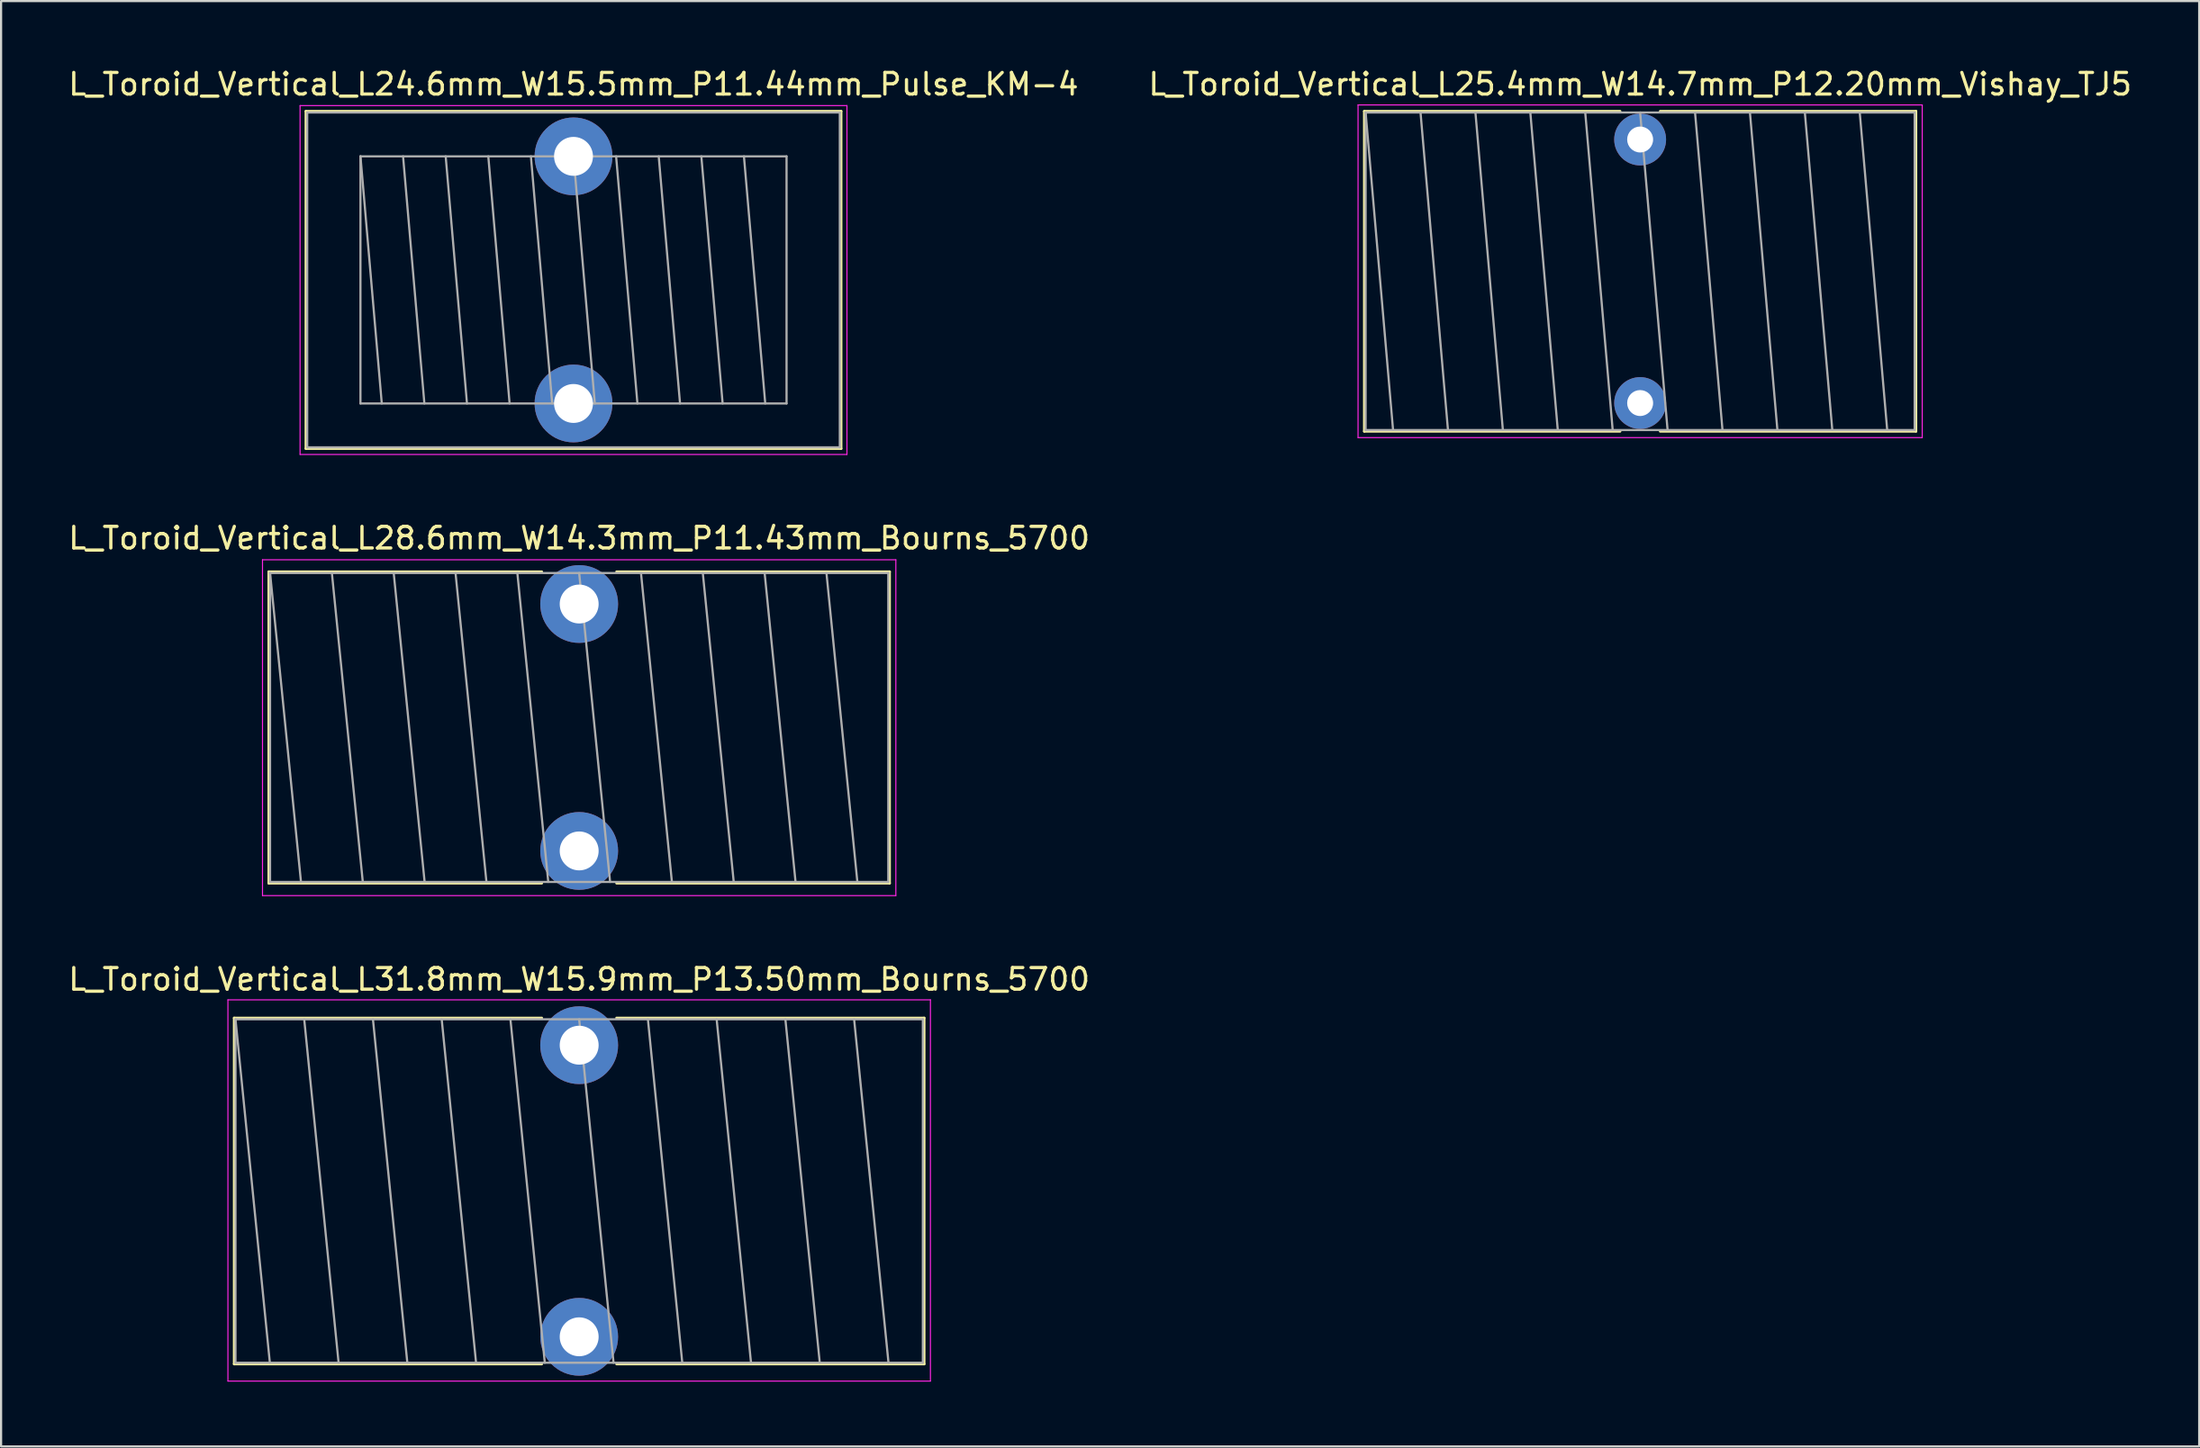
<source format=kicad_pcb>
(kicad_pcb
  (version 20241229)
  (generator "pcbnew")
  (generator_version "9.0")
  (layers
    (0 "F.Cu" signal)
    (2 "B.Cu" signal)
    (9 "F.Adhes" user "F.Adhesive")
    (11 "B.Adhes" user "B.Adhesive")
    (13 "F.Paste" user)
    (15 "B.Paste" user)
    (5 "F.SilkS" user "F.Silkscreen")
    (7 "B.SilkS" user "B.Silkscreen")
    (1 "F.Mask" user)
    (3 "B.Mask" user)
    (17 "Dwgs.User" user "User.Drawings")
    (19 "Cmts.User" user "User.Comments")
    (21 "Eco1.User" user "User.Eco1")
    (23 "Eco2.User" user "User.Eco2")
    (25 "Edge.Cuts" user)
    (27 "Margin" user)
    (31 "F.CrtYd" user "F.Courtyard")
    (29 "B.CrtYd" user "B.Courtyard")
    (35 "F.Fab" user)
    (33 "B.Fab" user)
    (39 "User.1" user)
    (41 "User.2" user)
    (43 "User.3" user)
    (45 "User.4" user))
  (footprint "L_Toroid_Vertical_L24.6mm_W15.5mm_P11.44mm_Pulse_KM-4"
    (layer "F.Cu")
    (at 23.482 4.188)
    (property "Reference" "L_Toroid_Vertical_L24.6mm_W15.5mm_P11.44mm_Pulse_KM-4" (at 0 -3.34 0) (layer "F.SilkS") (effects (font (size 1 1) (thickness 0.15))))
    (attr through_hole)
    (fp_line (start -12.38 -2.09) (end -12.38 13.53) (stroke (width 0.12) (type solid)) (layer "F.SilkS"))
    (fp_line (start -12.38 -2.09) (end 12.38 -2.09) (stroke (width 0.12) (type solid)) (layer "F.SilkS"))
    (fp_line (start -12.38 13.53) (end 12.38 13.53) (stroke (width 0.12) (type solid)) (layer "F.SilkS"))
    (fp_line (start 12.38 -2.09) (end 12.38 13.53) (stroke (width 0.12) (type solid)) (layer "F.SilkS"))
    (fp_line (start -12.65 -2.35) (end -12.65 13.8) (stroke (width 0.05) (type solid)) (layer "F.CrtYd"))
    (fp_line (start -12.65 13.8) (end 12.65 13.8) (stroke (width 0.05) (type solid)) (layer "F.CrtYd"))
    (fp_line (start 12.65 -2.35) (end -12.65 -2.35) (stroke (width 0.05) (type solid)) (layer "F.CrtYd"))
    (fp_line (start 12.65 13.8) (end 12.65 -2.35) (stroke (width 0.05) (type solid)) (layer "F.CrtYd"))
    (fp_line (start -12.32 -2.03) (end -12.32 13.47) (stroke (width 0.1) (type solid)) (layer "F.Fab"))
    (fp_line (start -12.32 13.47) (end 12.32 13.47) (stroke (width 0.1) (type solid)) (layer "F.Fab"))
    (fp_line (start -9.856 0) (end -9.856 11.44) (stroke (width 0.1) (type solid)) (layer "F.Fab"))
    (fp_line (start -9.856 0) (end -8.87 11.44) (stroke (width 0.1) (type solid)) (layer "F.Fab"))
    (fp_line (start -9.856 11.44) (end 9.856 11.44) (stroke (width 0.1) (type solid)) (layer "F.Fab"))
    (fp_line (start -7.885 0) (end -6.899 11.44) (stroke (width 0.1) (type solid)) (layer "F.Fab"))
    (fp_line (start -5.914 0) (end -4.928 11.44) (stroke (width 0.1) (type solid)) (layer "F.Fab"))
    (fp_line (start -3.942 0) (end -2.957 11.44) (stroke (width 0.1) (type solid)) (layer "F.Fab"))
    (fp_line (start -1.971 0) (end -0.986 11.44) (stroke (width 0.1) (type solid)) (layer "F.Fab"))
    (fp_line (start 0 0) (end 0.986 11.44) (stroke (width 0.1) (type solid)) (layer "F.Fab"))
    (fp_line (start 1.971 0) (end 2.957 11.44) (stroke (width 0.1) (type solid)) (layer "F.Fab"))
    (fp_line (start 3.942 0) (end 4.928 11.44) (stroke (width 0.1) (type solid)) (layer "F.Fab"))
    (fp_line (start 5.914 0) (end 6.899 11.44) (stroke (width 0.1) (type solid)) (layer "F.Fab"))
    (fp_line (start 7.885 0) (end 8.87 11.44) (stroke (width 0.1) (type solid)) (layer "F.Fab"))
    (fp_line (start 9.856 0) (end -9.856 0) (stroke (width 0.1) (type solid)) (layer "F.Fab"))
    (fp_line (start 9.856 11.44) (end 9.856 0) (stroke (width 0.1) (type solid)) (layer "F.Fab"))
    (fp_line (start 12.32 -2.03) (end -12.32 -2.03) (stroke (width 0.1) (type solid)) (layer "F.Fab"))
    (fp_line (start 12.32 13.47) (end 12.32 -2.03) (stroke (width 0.1) (type solid)) (layer "F.Fab"))
    (pad "1" thru_hole circle (at 0 0) (size 3.6 3.6) (drill 1.8) (layers "*.Cu" "*.Mask"))
    (pad "2" thru_hole circle (at 0 11.44) (size 3.6 3.6) (drill 1.8) (layers "*.Cu" "*.Mask")))
  (footprint "L_Toroid_Vertical_L28.6mm_W14.3mm_P11.43mm_Bourns_5700"
    (layer "F.Cu")
    (at 23.744 24.912)
    (property "Reference" "L_Toroid_Vertical_L28.6mm_W14.3mm_P11.43mm_Bourns_5700" (at 0 -3.05 0) (layer "F.SilkS") (effects (font (size 1 1) (thickness 0.15))))
    (attr through_hole)
    (fp_line (start -14.36 -1.495) (end -14.36 12.925) (stroke (width 0.12) (type solid)) (layer "F.SilkS"))
    (fp_line (start -14.36 -1.495) (end -1.73 -1.495) (stroke (width 0.12) (type solid)) (layer "F.SilkS"))
    (fp_line (start -14.36 12.925) (end -1.73 12.925) (stroke (width 0.12) (type solid)) (layer "F.SilkS"))
    (fp_line (start 1.73 -1.495) (end 14.36 -1.495) (stroke (width 0.12) (type solid)) (layer "F.SilkS"))
    (fp_line (start 1.73 12.925) (end 14.36 12.925) (stroke (width 0.12) (type solid)) (layer "F.SilkS"))
    (fp_line (start 14.36 -1.495) (end 14.36 12.925) (stroke (width 0.12) (type solid)) (layer "F.SilkS"))
    (fp_line (start -14.65 -2.05) (end -14.65 13.5) (stroke (width 0.05) (type solid)) (layer "F.CrtYd"))
    (fp_line (start -14.65 13.5) (end 14.65 13.5) (stroke (width 0.05) (type solid)) (layer "F.CrtYd"))
    (fp_line (start 14.65 -2.05) (end -14.65 -2.05) (stroke (width 0.05) (type solid)) (layer "F.CrtYd"))
    (fp_line (start 14.65 13.5) (end 14.65 -2.05) (stroke (width 0.05) (type solid)) (layer "F.CrtYd"))
    (fp_line (start -14.3 -1.435) (end -14.3 12.865) (stroke (width 0.1) (type solid)) (layer "F.Fab"))
    (fp_line (start -14.3 -1.435) (end -12.87 12.865) (stroke (width 0.1) (type solid)) (layer "F.Fab"))
    (fp_line (start -14.3 12.865) (end 14.3 12.865) (stroke (width 0.1) (type solid)) (layer "F.Fab"))
    (fp_line (start -11.44 -1.435) (end -10.01 12.865) (stroke (width 0.1) (type solid)) (layer "F.Fab"))
    (fp_line (start -8.58 -1.435) (end -7.15 12.865) (stroke (width 0.1) (type solid)) (layer "F.Fab"))
    (fp_line (start -5.72 -1.435) (end -4.29 12.865) (stroke (width 0.1) (type solid)) (layer "F.Fab"))
    (fp_line (start -2.86 -1.435) (end -1.43 12.865) (stroke (width 0.1) (type solid)) (layer "F.Fab"))
    (fp_line (start 0 -1.435) (end 1.43 12.865) (stroke (width 0.1) (type solid)) (layer "F.Fab"))
    (fp_line (start 2.86 -1.435) (end 4.29 12.865) (stroke (width 0.1) (type solid)) (layer "F.Fab"))
    (fp_line (start 5.72 -1.435) (end 7.15 12.865) (stroke (width 0.1) (type solid)) (layer "F.Fab"))
    (fp_line (start 8.58 -1.435) (end 10.01 12.865) (stroke (width 0.1) (type solid)) (layer "F.Fab"))
    (fp_line (start 11.44 -1.435) (end 12.87 12.865) (stroke (width 0.1) (type solid)) (layer "F.Fab"))
    (fp_line (start 14.3 -1.435) (end -14.3 -1.435) (stroke (width 0.1) (type solid)) (layer "F.Fab"))
    (fp_line (start 14.3 12.865) (end 14.3 -1.435) (stroke (width 0.1) (type solid)) (layer "F.Fab"))
    (pad "1" thru_hole circle (at 0 0) (size 3.6 3.6) (drill 1.8) (layers "*.Cu" "*.Mask"))
    (pad "2" thru_hole circle (at 0 11.43) (size 3.6 3.6) (drill 1.8) (layers "*.Cu" "*.Mask")))
  (footprint "L_Toroid_Vertical_L31.8mm_W15.9mm_P13.50mm_Bourns_5700"
    (layer "F.Cu")
    (at 23.744 45.335)
    (property "Reference" "L_Toroid_Vertical_L31.8mm_W15.9mm_P13.50mm_Bourns_5700" (at 0 -3.05 0) (layer "F.SilkS") (effects (font (size 1 1) (thickness 0.15))))
    (attr through_hole)
    (fp_line (start -15.96 -1.26) (end -15.96 14.76) (stroke (width 0.12) (type solid)) (layer "F.SilkS"))
    (fp_line (start -15.96 -1.26) (end -1.73 -1.26) (stroke (width 0.12) (type solid)) (layer "F.SilkS"))
    (fp_line (start -15.96 14.76) (end -1.73 14.76) (stroke (width 0.12) (type solid)) (layer "F.SilkS"))
    (fp_line (start 1.73 -1.26) (end 15.96 -1.26) (stroke (width 0.12) (type solid)) (layer "F.SilkS"))
    (fp_line (start 1.73 14.76) (end 15.96 14.76) (stroke (width 0.12) (type solid)) (layer "F.SilkS"))
    (fp_line (start 15.96 -1.26) (end 15.96 14.76) (stroke (width 0.12) (type solid)) (layer "F.SilkS"))
    (fp_line (start -16.25 -2.1) (end -16.25 15.55) (stroke (width 0.05) (type solid)) (layer "F.CrtYd"))
    (fp_line (start -16.25 15.55) (end 16.25 15.55) (stroke (width 0.05) (type solid)) (layer "F.CrtYd"))
    (fp_line (start 16.25 -2.1) (end -16.25 -2.1) (stroke (width 0.05) (type solid)) (layer "F.CrtYd"))
    (fp_line (start 16.25 15.55) (end 16.25 -2.1) (stroke (width 0.05) (type solid)) (layer "F.CrtYd"))
    (fp_line (start -15.9 -1.2) (end -15.9 14.7) (stroke (width 0.1) (type solid)) (layer "F.Fab"))
    (fp_line (start -15.9 -1.2) (end -14.31 14.7) (stroke (width 0.1) (type solid)) (layer "F.Fab"))
    (fp_line (start -15.9 14.7) (end 15.9 14.7) (stroke (width 0.1) (type solid)) (layer "F.Fab"))
    (fp_line (start -12.72 -1.2) (end -11.13 14.7) (stroke (width 0.1) (type solid)) (layer "F.Fab"))
    (fp_line (start -9.54 -1.2) (end -7.95 14.7) (stroke (width 0.1) (type solid)) (layer "F.Fab"))
    (fp_line (start -6.36 -1.2) (end -4.77 14.7) (stroke (width 0.1) (type solid)) (layer "F.Fab"))
    (fp_line (start -3.18 -1.2) (end -1.59 14.7) (stroke (width 0.1) (type solid)) (layer "F.Fab"))
    (fp_line (start 0 -1.2) (end 1.59 14.7) (stroke (width 0.1) (type solid)) (layer "F.Fab"))
    (fp_line (start 3.18 -1.2) (end 4.77 14.7) (stroke (width 0.1) (type solid)) (layer "F.Fab"))
    (fp_line (start 6.36 -1.2) (end 7.95 14.7) (stroke (width 0.1) (type solid)) (layer "F.Fab"))
    (fp_line (start 9.54 -1.2) (end 11.13 14.7) (stroke (width 0.1) (type solid)) (layer "F.Fab"))
    (fp_line (start 12.72 -1.2) (end 14.31 14.7) (stroke (width 0.1) (type solid)) (layer "F.Fab"))
    (fp_line (start 15.9 -1.2) (end -15.9 -1.2) (stroke (width 0.1) (type solid)) (layer "F.Fab"))
    (fp_line (start 15.9 14.7) (end 15.9 -1.2) (stroke (width 0.1) (type solid)) (layer "F.Fab"))
    (pad "1" thru_hole circle (at 0 0) (size 3.6 3.6) (drill 1.8) (layers "*.Cu" "*.Mask"))
    (pad "2" thru_hole circle (at 0 13.5) (size 3.6 3.6) (drill 1.8) (layers "*.Cu" "*.Mask")))
  (footprint "L_Toroid_Vertical_L25.4mm_W14.7mm_P12.20mm_Vishay_TJ5"
    (layer "F.Cu")
    (at 72.827 3.408)
    (property "Reference" "L_Toroid_Vertical_L25.4mm_W14.7mm_P12.20mm_Vishay_TJ5" (at 0 -2.56 0) (layer "F.SilkS") (effects (font (size 1 1) (thickness 0.15))))
    (attr through_hole)
    (fp_line (start -12.76 -1.31) (end -12.76 13.51) (stroke (width 0.12) (type solid)) (layer "F.SilkS"))
    (fp_line (start -12.76 -1.31) (end -0.928 -1.31) (stroke (width 0.12) (type solid)) (layer "F.SilkS"))
    (fp_line (start -12.76 13.51) (end -0.928 13.51) (stroke (width 0.12) (type solid)) (layer "F.SilkS"))
    (fp_line (start 0.928 -1.31) (end 12.76 -1.31) (stroke (width 0.12) (type solid)) (layer "F.SilkS"))
    (fp_line (start 0.928 13.51) (end 12.76 13.51) (stroke (width 0.12) (type solid)) (layer "F.SilkS"))
    (fp_line (start 12.76 -1.31) (end 12.76 13.51) (stroke (width 0.12) (type solid)) (layer "F.SilkS"))
    (fp_line (start -13.05 -1.6) (end -13.05 13.8) (stroke (width 0.05) (type solid)) (layer "F.CrtYd"))
    (fp_line (start -13.05 13.8) (end 13.05 13.8) (stroke (width 0.05) (type solid)) (layer "F.CrtYd"))
    (fp_line (start 13.05 -1.6) (end -13.05 -1.6) (stroke (width 0.05) (type solid)) (layer "F.CrtYd"))
    (fp_line (start 13.05 13.8) (end 13.05 -1.6) (stroke (width 0.05) (type solid)) (layer "F.CrtYd"))
    (fp_line (start -12.7 -1.25) (end -12.7 13.45) (stroke (width 0.1) (type solid)) (layer "F.Fab"))
    (fp_line (start -12.7 -1.25) (end -11.43 13.45) (stroke (width 0.1) (type solid)) (layer "F.Fab"))
    (fp_line (start -12.7 13.45) (end 12.7 13.45) (stroke (width 0.1) (type solid)) (layer "F.Fab"))
    (fp_line (start -10.16 -1.25) (end -8.89 13.45) (stroke (width 0.1) (type solid)) (layer "F.Fab"))
    (fp_line (start -7.62 -1.25) (end -6.35 13.45) (stroke (width 0.1) (type solid)) (layer "F.Fab"))
    (fp_line (start -5.08 -1.25) (end -3.81 13.45) (stroke (width 0.1) (type solid)) (layer "F.Fab"))
    (fp_line (start -2.54 -1.25) (end -1.27 13.45) (stroke (width 0.1) (type solid)) (layer "F.Fab"))
    (fp_line (start 0 -1.25) (end 1.27 13.45) (stroke (width 0.1) (type solid)) (layer "F.Fab"))
    (fp_line (start 2.54 -1.25) (end 3.81 13.45) (stroke (width 0.1) (type solid)) (layer "F.Fab"))
    (fp_line (start 5.08 -1.25) (end 6.35 13.45) (stroke (width 0.1) (type solid)) (layer "F.Fab"))
    (fp_line (start 7.62 -1.25) (end 8.89 13.45) (stroke (width 0.1) (type solid)) (layer "F.Fab"))
    (fp_line (start 10.16 -1.25) (end 11.43 13.45) (stroke (width 0.1) (type solid)) (layer "F.Fab"))
    (fp_line (start 12.7 -1.25) (end -12.7 -1.25) (stroke (width 0.1) (type solid)) (layer "F.Fab"))
    (fp_line (start 12.7 13.45) (end 12.7 -1.25) (stroke (width 0.1) (type solid)) (layer "F.Fab"))
    (pad "1" thru_hole circle (at 0 0) (size 2.4 2.4) (drill 1.2) (layers "*.Cu" "*.Mask"))
    (pad "2" thru_hole circle (at 0 12.2) (size 2.4 2.4) (drill 1.2) (layers "*.Cu" "*.Mask")))
  (gr_rect
    (start -3 -3)
    (end 98.69 63.91)
    (stroke (width 0.1) (type default))
    (fill no)
    (layer "Edge.Cuts")))
</source>
